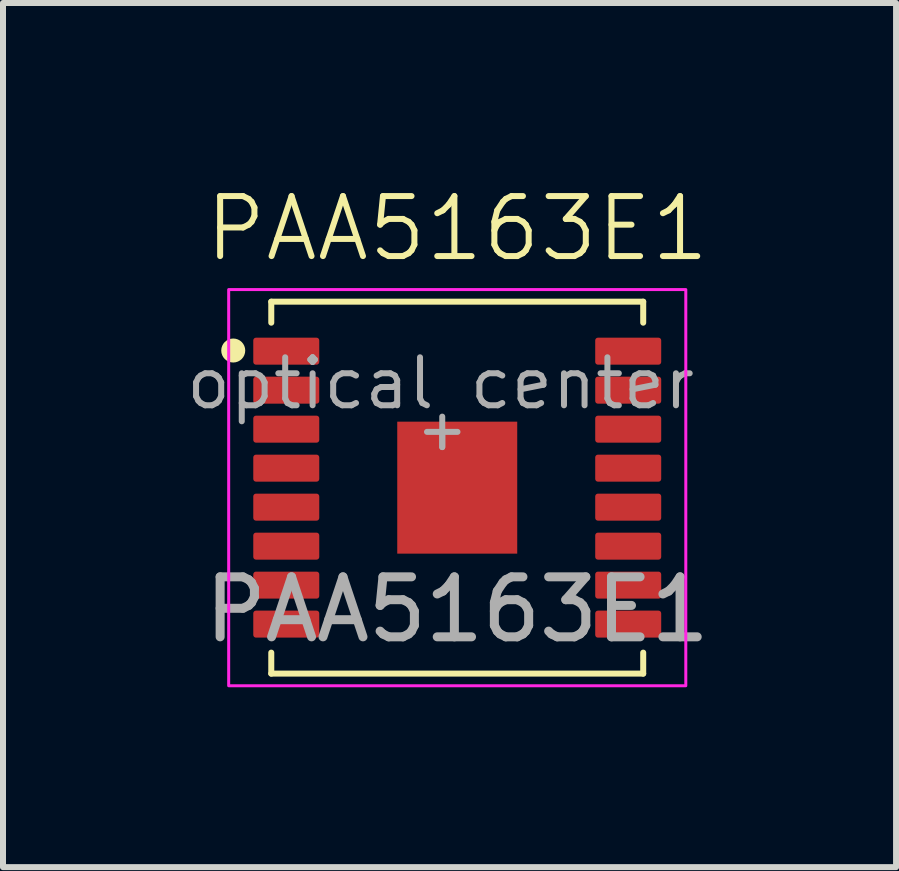
<source format=kicad_pcb>
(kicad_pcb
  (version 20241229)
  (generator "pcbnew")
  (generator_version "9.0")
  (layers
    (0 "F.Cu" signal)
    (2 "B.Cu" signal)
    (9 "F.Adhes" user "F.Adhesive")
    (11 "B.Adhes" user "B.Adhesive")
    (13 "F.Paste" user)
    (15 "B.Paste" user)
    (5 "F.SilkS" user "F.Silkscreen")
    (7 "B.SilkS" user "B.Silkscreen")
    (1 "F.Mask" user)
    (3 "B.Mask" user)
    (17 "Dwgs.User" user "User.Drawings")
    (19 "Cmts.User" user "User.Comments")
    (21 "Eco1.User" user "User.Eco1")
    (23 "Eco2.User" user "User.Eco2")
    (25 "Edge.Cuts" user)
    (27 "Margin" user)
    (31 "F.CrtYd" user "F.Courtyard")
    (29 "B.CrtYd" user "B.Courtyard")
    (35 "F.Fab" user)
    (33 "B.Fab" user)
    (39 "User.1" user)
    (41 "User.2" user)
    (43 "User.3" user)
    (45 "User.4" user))
  (footprint "PAA5163E1"
    (layer "F.Cu")
    (at 4.322 4.149)
    (property "Reference" "PAA5163E1" (at 0.25 -3.388 0) (unlocked yes) (layer "F.SilkS") (effects (font (size 1 1) (thickness 0.1))))
    (attr smd)
    (fp_line (start -2.85 -2.17) (end -2.85 -1.82) (stroke (width 0.1) (type default)) (layer "F.SilkS"))
    (fp_line (start -2.85 -2.17) (end 3.35 -2.17) (stroke (width 0.1) (type default)) (layer "F.SilkS"))
    (fp_line (start -2.85 3.68) (end -2.85 4.03) (stroke (width 0.1) (type default)) (layer "F.SilkS"))
    (fp_line (start -2.85 4.03) (end 3.35 4.03) (stroke (width 0.1) (type default)) (layer "F.SilkS"))
    (fp_line (start 3.35 -1.82) (end 3.35 -2.17) (stroke (width 0.1) (type default)) (layer "F.SilkS"))
    (fp_line (start 3.35 3.68) (end 3.35 4.03) (stroke (width 0.1) (type default)) (layer "F.SilkS"))
    (fp_circle (center -3.484 -1.356) (end -3.384 -1.356) (stroke (width 0.2) (type default)) (fill no) (layer "F.SilkS"))
    (fp_rect (start -3.56 -2.372) (end 4.06 4.232) (stroke (width 0.05) (type default)) (fill no) (layer "F.CrtYd"))
    (fp_line (start -0.254 0) (end 0.254 0) (stroke (width 0.1) (type default)) (layer "F.Fab"))
    (fp_line (start 0 -0.254) (end 0 0.254) (stroke (width 0.1) (type default)) (layer "F.Fab"))
    (fp_line (start 0 0) (end 0 0.254) (stroke (width 0.1) (type default)) (layer "F.Fab"))
    (fp_text user "${REFERENCE}" (at 0.25 2.962 0) (unlocked yes) (layer "F.Fab") (effects (font (size 1 1) (thickness 0.15))))
    (fp_text user "optical center" (at -4.322 -0.34 0) (unlocked yes) (layer "F.Fab") (effects (font (size 0.8 0.8) (thickness 0.1)) (justify left bottom)))
    (pad "1" smd roundrect (at -2.6 -1.345) (size 1.1 0.45) (layers "F.Cu" "F.Mask" "F.Paste") (roundrect_rratio 0.1))
    (pad "2" smd roundrect (at -2.6 -0.695) (size 1.1 0.45) (layers "F.Cu" "F.Mask" "F.Paste") (roundrect_rratio 0.1))
    (pad "3" smd roundrect (at -2.6 -0.045) (size 1.1 0.45) (layers "F.Cu" "F.Mask" "F.Paste") (roundrect_rratio 0.1))
    (pad "4" smd roundrect (at -2.6 0.605) (size 1.1 0.45) (layers "F.Cu" "F.Mask" "F.Paste") (roundrect_rratio 0.1))
    (pad "5" smd roundrect (at -2.6 1.255) (size 1.1 0.45) (layers "F.Cu" "F.Mask" "F.Paste") (roundrect_rratio 0.1))
    (pad "6" smd roundrect (at -2.6 1.905) (size 1.1 0.45) (layers "F.Cu" "F.Mask" "F.Paste") (roundrect_rratio 0.1))
    (pad "7" smd roundrect (at -2.6 2.555) (size 1.1 0.45) (layers "F.Cu" "F.Mask" "F.Paste") (roundrect_rratio 0.1))
    (pad "8" smd roundrect (at -2.6 3.205) (size 1.1 0.45) (layers "F.Cu" "F.Mask" "F.Paste") (roundrect_rratio 0.1))
    (pad "9" smd roundrect (at 3.1 3.205) (size 1.1 0.45) (layers "F.Cu" "F.Mask" "F.Paste") (roundrect_rratio 0.1))
    (pad "10" smd roundrect (at 3.1 2.555) (size 1.1 0.45) (layers "F.Cu" "F.Mask" "F.Paste") (roundrect_rratio 0.1))
    (pad "11" smd roundrect (at 3.1 1.905) (size 1.1 0.45) (layers "F.Cu" "F.Mask" "F.Paste") (roundrect_rratio 0.1))
    (pad "12" smd roundrect (at 3.1 1.255) (size 1.1 0.45) (layers "F.Cu" "F.Mask" "F.Paste") (roundrect_rratio 0.1))
    (pad "13" smd roundrect (at 3.1 0.605) (size 1.1 0.45) (layers "F.Cu" "F.Mask" "F.Paste") (roundrect_rratio 0.1))
    (pad "14" smd roundrect (at 3.1 -0.045) (size 1.1 0.45) (layers "F.Cu" "F.Mask" "F.Paste") (roundrect_rratio 0.1))
    (pad "15" smd roundrect (at 3.1 -0.695) (size 1.1 0.45) (layers "F.Cu" "F.Mask" "F.Paste") (roundrect_rratio 0.1))
    (pad "16" smd roundrect (at 3.1 -1.345) (size 1.1 0.45) (layers "F.Cu" "F.Mask" "F.Paste") (roundrect_rratio 0.1))
    (pad "17" smd rect (at 0.25 0.93) (size 2 2.2) (layers "F.Cu" "F.Mask" "F.Paste")))
  (gr_rect
    (start -3 -3)
    (end 11.887 11.405)
    (stroke (width 0.1) (type default))
    (fill no)
    (layer "Edge.Cuts")))
</source>
